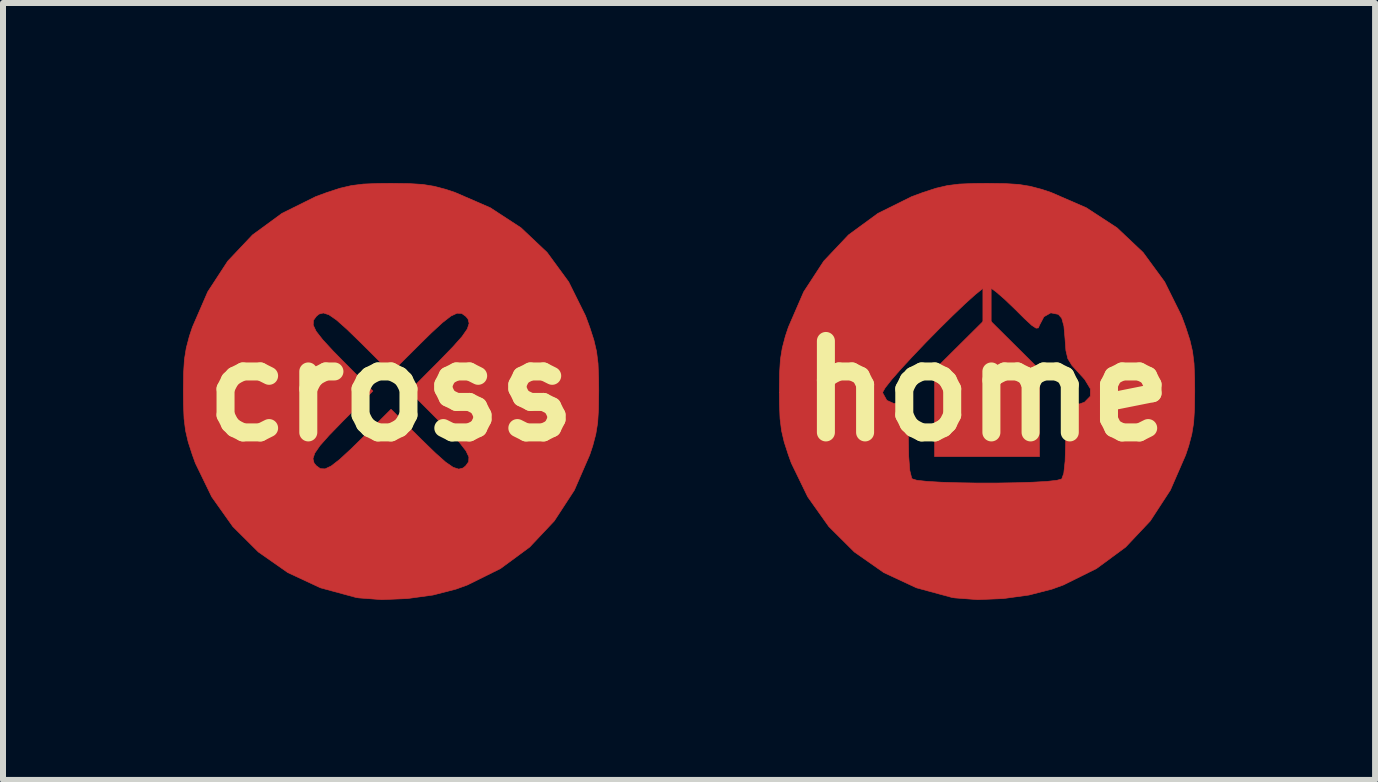
<source format=kicad_pcb>
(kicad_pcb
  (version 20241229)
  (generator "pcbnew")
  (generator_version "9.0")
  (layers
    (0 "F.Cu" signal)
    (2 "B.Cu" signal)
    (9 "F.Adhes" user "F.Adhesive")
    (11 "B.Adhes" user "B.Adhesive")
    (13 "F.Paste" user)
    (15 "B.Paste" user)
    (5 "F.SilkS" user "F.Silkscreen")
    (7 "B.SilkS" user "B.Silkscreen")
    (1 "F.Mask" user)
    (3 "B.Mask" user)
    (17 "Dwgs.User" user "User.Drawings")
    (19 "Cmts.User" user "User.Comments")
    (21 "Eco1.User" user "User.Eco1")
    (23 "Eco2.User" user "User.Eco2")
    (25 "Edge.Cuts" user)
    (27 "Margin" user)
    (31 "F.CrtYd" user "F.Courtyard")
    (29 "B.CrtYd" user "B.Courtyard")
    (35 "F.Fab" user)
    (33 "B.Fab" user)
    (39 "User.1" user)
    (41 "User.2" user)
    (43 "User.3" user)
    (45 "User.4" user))
  (footprint "home"
    (layer "F.Cu")
    (at 13.397 3.466)
    (property "Reference" "home" (at 0 0 0) (layer "F.SilkS") (effects (font (size 1.524 1.524) (thickness 0.3))))
    (attr through_hole)
    (fp_line (start 0 -0.5) (end 0 -2) (stroke (width 0.15) (type solid)) (layer "F.Cu"))
    (fp_poly (pts (xy 0.437 -0.792) (xy 0.874 -0.358) (xy 0.874 1.092) (xy -0.874 1.092) (xy -0.874 -0.358) (xy -0.437 -0.792) (xy 0 -1.226) (xy 0.437 -0.792)) (stroke (width 0.01) (type solid)) (fill yes) (layer "F.Cu"))
    (fp_poly (pts (xy 0.299 -3.457) (xy 0.527 -3.443) (xy 0.718 -3.412) (xy 0.912 -3.361) (xy 1.065 -3.31) (xy 1.653 -3.055) (xy 2.165 -2.721) (xy 2.601 -2.309) (xy 2.96 -1.819) (xy 3.24 -1.255) (xy 3.31 -1.065) (xy 3.38 -0.849) (xy 3.424 -0.66) (xy 3.449 -0.461) (xy 3.459 -0.215) (xy 3.461 0) (xy 3.457 0.299) (xy 3.443 0.527) (xy 3.412 0.718) (xy 3.361 0.912) (xy 3.31 1.065) (xy 3.055 1.651) (xy 2.72 2.165) (xy 2.309 2.601) (xy 1.824 2.958) (xy 1.269 3.233) (xy 1.081 3.301) (xy 0.699 3.399) (xy 0.272 3.458) (xy -0.155 3.476) (xy -0.537 3.447) (xy -0.583 3.44) (xy -1.176 3.279) (xy -1.721 3.025) (xy -2.211 2.682) (xy -2.636 2.259) (xy -2.988 1.763) (xy -3.261 1.201) (xy -3.31 1.065) (xy -3.38 0.849) (xy -3.424 0.66) (xy -3.449 0.461) (xy -3.459 0.215) (xy -3.461 0.022) (xy -1.74 0.022) (xy -1.74 0.028) (xy -1.67 0.155) (xy -1.549 0.209) (xy -1.42 0.177) (xy -1.374 0.152) (xy -1.343 0.157) (xy -1.324 0.209) (xy -1.315 0.324) (xy -1.311 0.519) (xy -1.311 0.753) (xy -1.305 1.092) (xy -1.287 1.324) (xy -1.256 1.449) (xy -1.245 1.464) (xy -1.169 1.487) (xy -1.003 1.505) (xy -0.768 1.519) (xy -0.482 1.528) (xy -0.167 1.533) (xy 0.158 1.533) (xy 0.474 1.528) (xy 0.76 1.519) (xy 0.997 1.506) (xy 1.165 1.487) (xy 1.245 1.465) (xy 1.245 1.464) (xy 1.279 1.37) (xy 1.301 1.168) (xy 1.31 0.859) (xy 1.311 0.753) (xy 1.312 0.48) (xy 1.316 0.3) (xy 1.327 0.197) (xy 1.347 0.154) (xy 1.381 0.154) (xy 1.42 0.177) (xy 1.54 0.216) (xy 1.625 0.185) (xy 1.721 0.086) (xy 1.722 -0.037) (xy 1.628 -0.193) (xy 1.537 -0.293) (xy 1.415 -0.427) (xy 1.346 -0.54) (xy 1.314 -0.676) (xy 1.3 -0.868) (xy 1.281 -1.083) (xy 1.245 -1.213) (xy 1.188 -1.278) (xy 1.062 -1.303) (xy 0.948 -1.238) (xy 0.876 -1.101) (xy 0.875 -1.099) (xy 0.855 -1.052) (xy 0.817 -1.048) (xy 0.745 -1.095) (xy 0.626 -1.205) (xy 0.466 -1.364) (xy 0.295 -1.528) (xy 0.146 -1.657) (xy 0.038 -1.734) (xy 0.001 -1.748) (xy -0.069 -1.71) (xy -0.198 -1.606) (xy -0.371 -1.45) (xy -0.576 -1.254) (xy -0.798 -1.035) (xy -1.025 -0.804) (xy -1.241 -0.577) (xy -1.435 -0.367) (xy -1.592 -0.188) (xy -1.698 -0.053) (xy -1.74 0.022) (xy -3.461 0.022) (xy -3.461 0) (xy -3.457 -0.299) (xy -3.443 -0.527) (xy -3.412 -0.718) (xy -3.361 -0.912) (xy -3.31 -1.065) (xy -3.055 -1.653) (xy -2.721 -2.165) (xy -2.309 -2.601) (xy -1.819 -2.96) (xy -1.255 -3.24) (xy -1.065 -3.31) (xy -0.849 -3.38) (xy -0.66 -3.424) (xy -0.461 -3.449) (xy -0.215 -3.459) (xy 0 -3.461) (xy 0.299 -3.457)) (stroke (width 0.01) (type solid)) (fill yes) (layer "F.Cu"))
    (fp_poly (pts (xy 0.437 -0.792) (xy 0.874 -0.358) (xy 0.874 1.092) (xy -0.874 1.092) (xy -0.874 -0.358) (xy -0.437 -0.792) (xy 0 -1.226) (xy 0.437 -0.792)) (stroke (width 0.01) (type solid)) (fill yes) (layer "F.Mask"))
    (fp_poly (pts (xy 0.299 -3.457) (xy 0.527 -3.443) (xy 0.718 -3.412) (xy 0.912 -3.361) (xy 1.065 -3.31) (xy 1.653 -3.055) (xy 2.165 -2.721) (xy 2.601 -2.309) (xy 2.96 -1.819) (xy 3.24 -1.255) (xy 3.31 -1.065) (xy 3.38 -0.849) (xy 3.424 -0.66) (xy 3.449 -0.461) (xy 3.459 -0.215) (xy 3.461 0) (xy 3.457 0.299) (xy 3.443 0.527) (xy 3.412 0.718) (xy 3.361 0.912) (xy 3.31 1.065) (xy 3.055 1.651) (xy 2.72 2.165) (xy 2.309 2.601) (xy 1.824 2.958) (xy 1.269 3.233) (xy 1.081 3.301) (xy 0.699 3.399) (xy 0.272 3.458) (xy -0.155 3.476) (xy -0.537 3.447) (xy -0.583 3.44) (xy -1.176 3.279) (xy -1.721 3.025) (xy -2.211 2.682) (xy -2.636 2.259) (xy -2.988 1.763) (xy -3.261 1.201) (xy -3.31 1.065) (xy -3.38 0.849) (xy -3.424 0.66) (xy -3.449 0.461) (xy -3.459 0.215) (xy -3.461 0.022) (xy -1.74 0.022) (xy -1.74 0.028) (xy -1.67 0.155) (xy -1.549 0.209) (xy -1.42 0.177) (xy -1.374 0.152) (xy -1.343 0.157) (xy -1.324 0.209) (xy -1.315 0.324) (xy -1.311 0.519) (xy -1.311 0.753) (xy -1.305 1.092) (xy -1.287 1.324) (xy -1.256 1.449) (xy -1.245 1.464) (xy -1.169 1.487) (xy -1.003 1.505) (xy -0.768 1.519) (xy -0.482 1.528) (xy -0.167 1.533) (xy 0.158 1.533) (xy 0.474 1.528) (xy 0.76 1.519) (xy 0.997 1.506) (xy 1.165 1.487) (xy 1.245 1.465) (xy 1.245 1.464) (xy 1.279 1.37) (xy 1.301 1.168) (xy 1.31 0.859) (xy 1.311 0.753) (xy 1.312 0.48) (xy 1.316 0.3) (xy 1.327 0.197) (xy 1.347 0.154) (xy 1.381 0.154) (xy 1.42 0.177) (xy 1.54 0.216) (xy 1.625 0.185) (xy 1.721 0.086) (xy 1.722 -0.037) (xy 1.628 -0.193) (xy 1.537 -0.293) (xy 1.415 -0.427) (xy 1.346 -0.54) (xy 1.314 -0.676) (xy 1.3 -0.868) (xy 1.281 -1.083) (xy 1.245 -1.213) (xy 1.188 -1.278) (xy 1.062 -1.303) (xy 0.948 -1.238) (xy 0.876 -1.101) (xy 0.875 -1.099) (xy 0.855 -1.052) (xy 0.817 -1.048) (xy 0.745 -1.095) (xy 0.626 -1.205) (xy 0.466 -1.364) (xy 0.295 -1.528) (xy 0.146 -1.657) (xy 0.038 -1.734) (xy 0.001 -1.748) (xy -0.069 -1.71) (xy -0.198 -1.606) (xy -0.371 -1.45) (xy -0.576 -1.254) (xy -0.798 -1.035) (xy -1.025 -0.804) (xy -1.241 -0.577) (xy -1.435 -0.367) (xy -1.592 -0.188) (xy -1.698 -0.053) (xy -1.74 0.022) (xy -3.461 0.022) (xy -3.461 0) (xy -3.457 -0.299) (xy -3.443 -0.527) (xy -3.412 -0.718) (xy -3.361 -0.912) (xy -3.31 -1.065) (xy -3.055 -1.653) (xy -2.721 -2.165) (xy -2.309 -2.601) (xy -1.819 -2.96) (xy -1.255 -3.24) (xy -1.065 -3.31) (xy -0.849 -3.38) (xy -0.66 -3.424) (xy -0.461 -3.449) (xy -0.215 -3.459) (xy 0 -3.461) (xy 0.299 -3.457)) (stroke (width 0.01) (type solid)) (fill yes) (layer "F.Mask"))
    (pad "1" connect circle (at 2.5 1) (size 1.524 1.524) (layers "F.Cu" "F.Mask")))
  (footprint "cross"
    (layer "F.Cu")
    (at 3.466 3.466)
    (property "Reference" "cross" (at 0 0 0) (layer "F.SilkS") (effects (font (size 1.524 1.524) (thickness 0.3))))
    (attr through_hole)
    (fp_poly (pts (xy 0.299 -3.457) (xy 0.527 -3.443) (xy 0.718 -3.412) (xy 0.912 -3.361) (xy 1.065 -3.31) (xy 1.653 -3.055) (xy 2.165 -2.721) (xy 2.601 -2.309) (xy 2.96 -1.819) (xy 3.24 -1.255) (xy 3.31 -1.065) (xy 3.38 -0.849) (xy 3.424 -0.66) (xy 3.449 -0.461) (xy 3.459 -0.215) (xy 3.461 0) (xy 3.457 0.299) (xy 3.443 0.527) (xy 3.412 0.718) (xy 3.361 0.912) (xy 3.31 1.065) (xy 3.055 1.651) (xy 2.72 2.165) (xy 2.309 2.601) (xy 1.824 2.958) (xy 1.269 3.233) (xy 1.081 3.301) (xy 0.699 3.399) (xy 0.272 3.458) (xy -0.155 3.476) (xy -0.537 3.447) (xy -0.583 3.44) (xy -1.176 3.279) (xy -1.721 3.025) (xy -2.211 2.682) (xy -2.636 2.259) (xy -2.988 1.763) (xy -3.261 1.201) (xy -3.287 1.128) (xy -1.301 1.128) (xy -1.282 1.201) (xy -1.245 1.245) (xy -1.178 1.293) (xy -1.099 1.297) (xy -0.997 1.249) (xy -0.858 1.141) (xy -0.667 0.965) (xy -0.506 0.807) (xy 0 0.303) (xy 0.506 0.807) (xy 0.738 1.032) (xy 0.909 1.184) (xy 1.035 1.271) (xy 1.128 1.301) (xy 1.201 1.282) (xy 1.245 1.245) (xy 1.293 1.178) (xy 1.297 1.099) (xy 1.249 0.997) (xy 1.141 0.858) (xy 0.965 0.667) (xy 0.807 0.506) (xy 0.303 0) (xy 0.807 -0.506) (xy 1.032 -0.738) (xy 1.184 -0.909) (xy 1.271 -1.035) (xy 1.301 -1.128) (xy 1.282 -1.201) (xy 1.245 -1.245) (xy 1.178 -1.293) (xy 1.099 -1.297) (xy 0.997 -1.249) (xy 0.858 -1.141) (xy 0.667 -0.965) (xy 0.506 -0.807) (xy 0 -0.303) (xy -0.506 -0.807) (xy -0.738 -1.032) (xy -0.909 -1.184) (xy -1.035 -1.271) (xy -1.128 -1.301) (xy -1.201 -1.282) (xy -1.245 -1.245) (xy -1.293 -1.178) (xy -1.297 -1.099) (xy -1.249 -0.997) (xy -1.141 -0.858) (xy -0.965 -0.667) (xy -0.807 -0.506) (xy -0.303 0) (xy -0.807 0.506) (xy -1.032 0.738) (xy -1.184 0.909) (xy -1.271 1.035) (xy -1.301 1.128) (xy -3.287 1.128) (xy -3.31 1.065) (xy -3.38 0.849) (xy -3.424 0.66) (xy -3.449 0.461) (xy -3.459 0.215) (xy -3.461 0) (xy -3.457 -0.299) (xy -3.443 -0.527) (xy -3.412 -0.718) (xy -3.361 -0.912) (xy -3.31 -1.065) (xy -3.055 -1.653) (xy -2.721 -2.165) (xy -2.309 -2.601) (xy -1.819 -2.96) (xy -1.255 -3.24) (xy -1.065 -3.31) (xy -0.849 -3.38) (xy -0.66 -3.424) (xy -0.461 -3.449) (xy -0.215 -3.459) (xy 0 -3.461) (xy 0.299 -3.457)) (stroke (width 0.01) (type solid)) (fill yes) (layer "F.Cu"))
    (fp_poly (pts (xy 0.299 -3.457) (xy 0.527 -3.443) (xy 0.718 -3.412) (xy 0.912 -3.361) (xy 1.065 -3.31) (xy 1.653 -3.055) (xy 2.165 -2.721) (xy 2.601 -2.309) (xy 2.96 -1.819) (xy 3.24 -1.255) (xy 3.31 -1.065) (xy 3.38 -0.849) (xy 3.424 -0.66) (xy 3.449 -0.461) (xy 3.459 -0.215) (xy 3.461 0) (xy 3.457 0.299) (xy 3.443 0.527) (xy 3.412 0.718) (xy 3.361 0.912) (xy 3.31 1.065) (xy 3.055 1.651) (xy 2.72 2.165) (xy 2.309 2.601) (xy 1.824 2.958) (xy 1.269 3.233) (xy 1.081 3.301) (xy 0.699 3.399) (xy 0.272 3.458) (xy -0.155 3.476) (xy -0.537 3.447) (xy -0.583 3.44) (xy -1.176 3.279) (xy -1.721 3.025) (xy -2.211 2.682) (xy -2.636 2.259) (xy -2.988 1.763) (xy -3.261 1.201) (xy -3.287 1.128) (xy -1.301 1.128) (xy -1.282 1.201) (xy -1.245 1.245) (xy -1.178 1.293) (xy -1.099 1.297) (xy -0.997 1.249) (xy -0.858 1.141) (xy -0.667 0.965) (xy -0.506 0.807) (xy 0 0.303) (xy 0.506 0.807) (xy 0.738 1.032) (xy 0.909 1.184) (xy 1.035 1.271) (xy 1.128 1.301) (xy 1.201 1.282) (xy 1.245 1.245) (xy 1.293 1.178) (xy 1.297 1.099) (xy 1.249 0.997) (xy 1.141 0.858) (xy 0.965 0.667) (xy 0.807 0.506) (xy 0.303 0) (xy 0.807 -0.506) (xy 1.032 -0.738) (xy 1.184 -0.909) (xy 1.271 -1.035) (xy 1.301 -1.128) (xy 1.282 -1.201) (xy 1.245 -1.245) (xy 1.178 -1.293) (xy 1.099 -1.297) (xy 0.997 -1.249) (xy 0.858 -1.141) (xy 0.667 -0.965) (xy 0.506 -0.807) (xy 0 -0.303) (xy -0.506 -0.807) (xy -0.738 -1.032) (xy -0.909 -1.184) (xy -1.035 -1.271) (xy -1.128 -1.301) (xy -1.201 -1.282) (xy -1.245 -1.245) (xy -1.293 -1.178) (xy -1.297 -1.099) (xy -1.249 -0.997) (xy -1.141 -0.858) (xy -0.965 -0.667) (xy -0.807 -0.506) (xy -0.303 0) (xy -0.807 0.506) (xy -1.032 0.738) (xy -1.184 0.909) (xy -1.271 1.035) (xy -1.301 1.128) (xy -3.287 1.128) (xy -3.31 1.065) (xy -3.38 0.849) (xy -3.424 0.66) (xy -3.449 0.461) (xy -3.459 0.215) (xy -3.461 0) (xy -3.457 -0.299) (xy -3.443 -0.527) (xy -3.412 -0.718) (xy -3.361 -0.912) (xy -3.31 -1.065) (xy -3.055 -1.653) (xy -2.721 -2.165) (xy -2.309 -2.601) (xy -1.819 -2.96) (xy -1.255 -3.24) (xy -1.065 -3.31) (xy -0.849 -3.38) (xy -0.66 -3.424) (xy -0.461 -3.449) (xy -0.215 -3.459) (xy 0 -3.461) (xy 0.299 -3.457)) (stroke (width 0.01) (type solid)) (fill yes) (layer "F.Mask"))
    (pad "1" connect circle (at 2 0) (size 1.524 1.524) (layers "F.Cu" "F.Mask")))
  (gr_rect
    (start -3 -3)
    (end 19.863 9.946)
    (stroke (width 0.1) (type default))
    (fill no)
    (layer "Edge.Cuts")))
</source>
